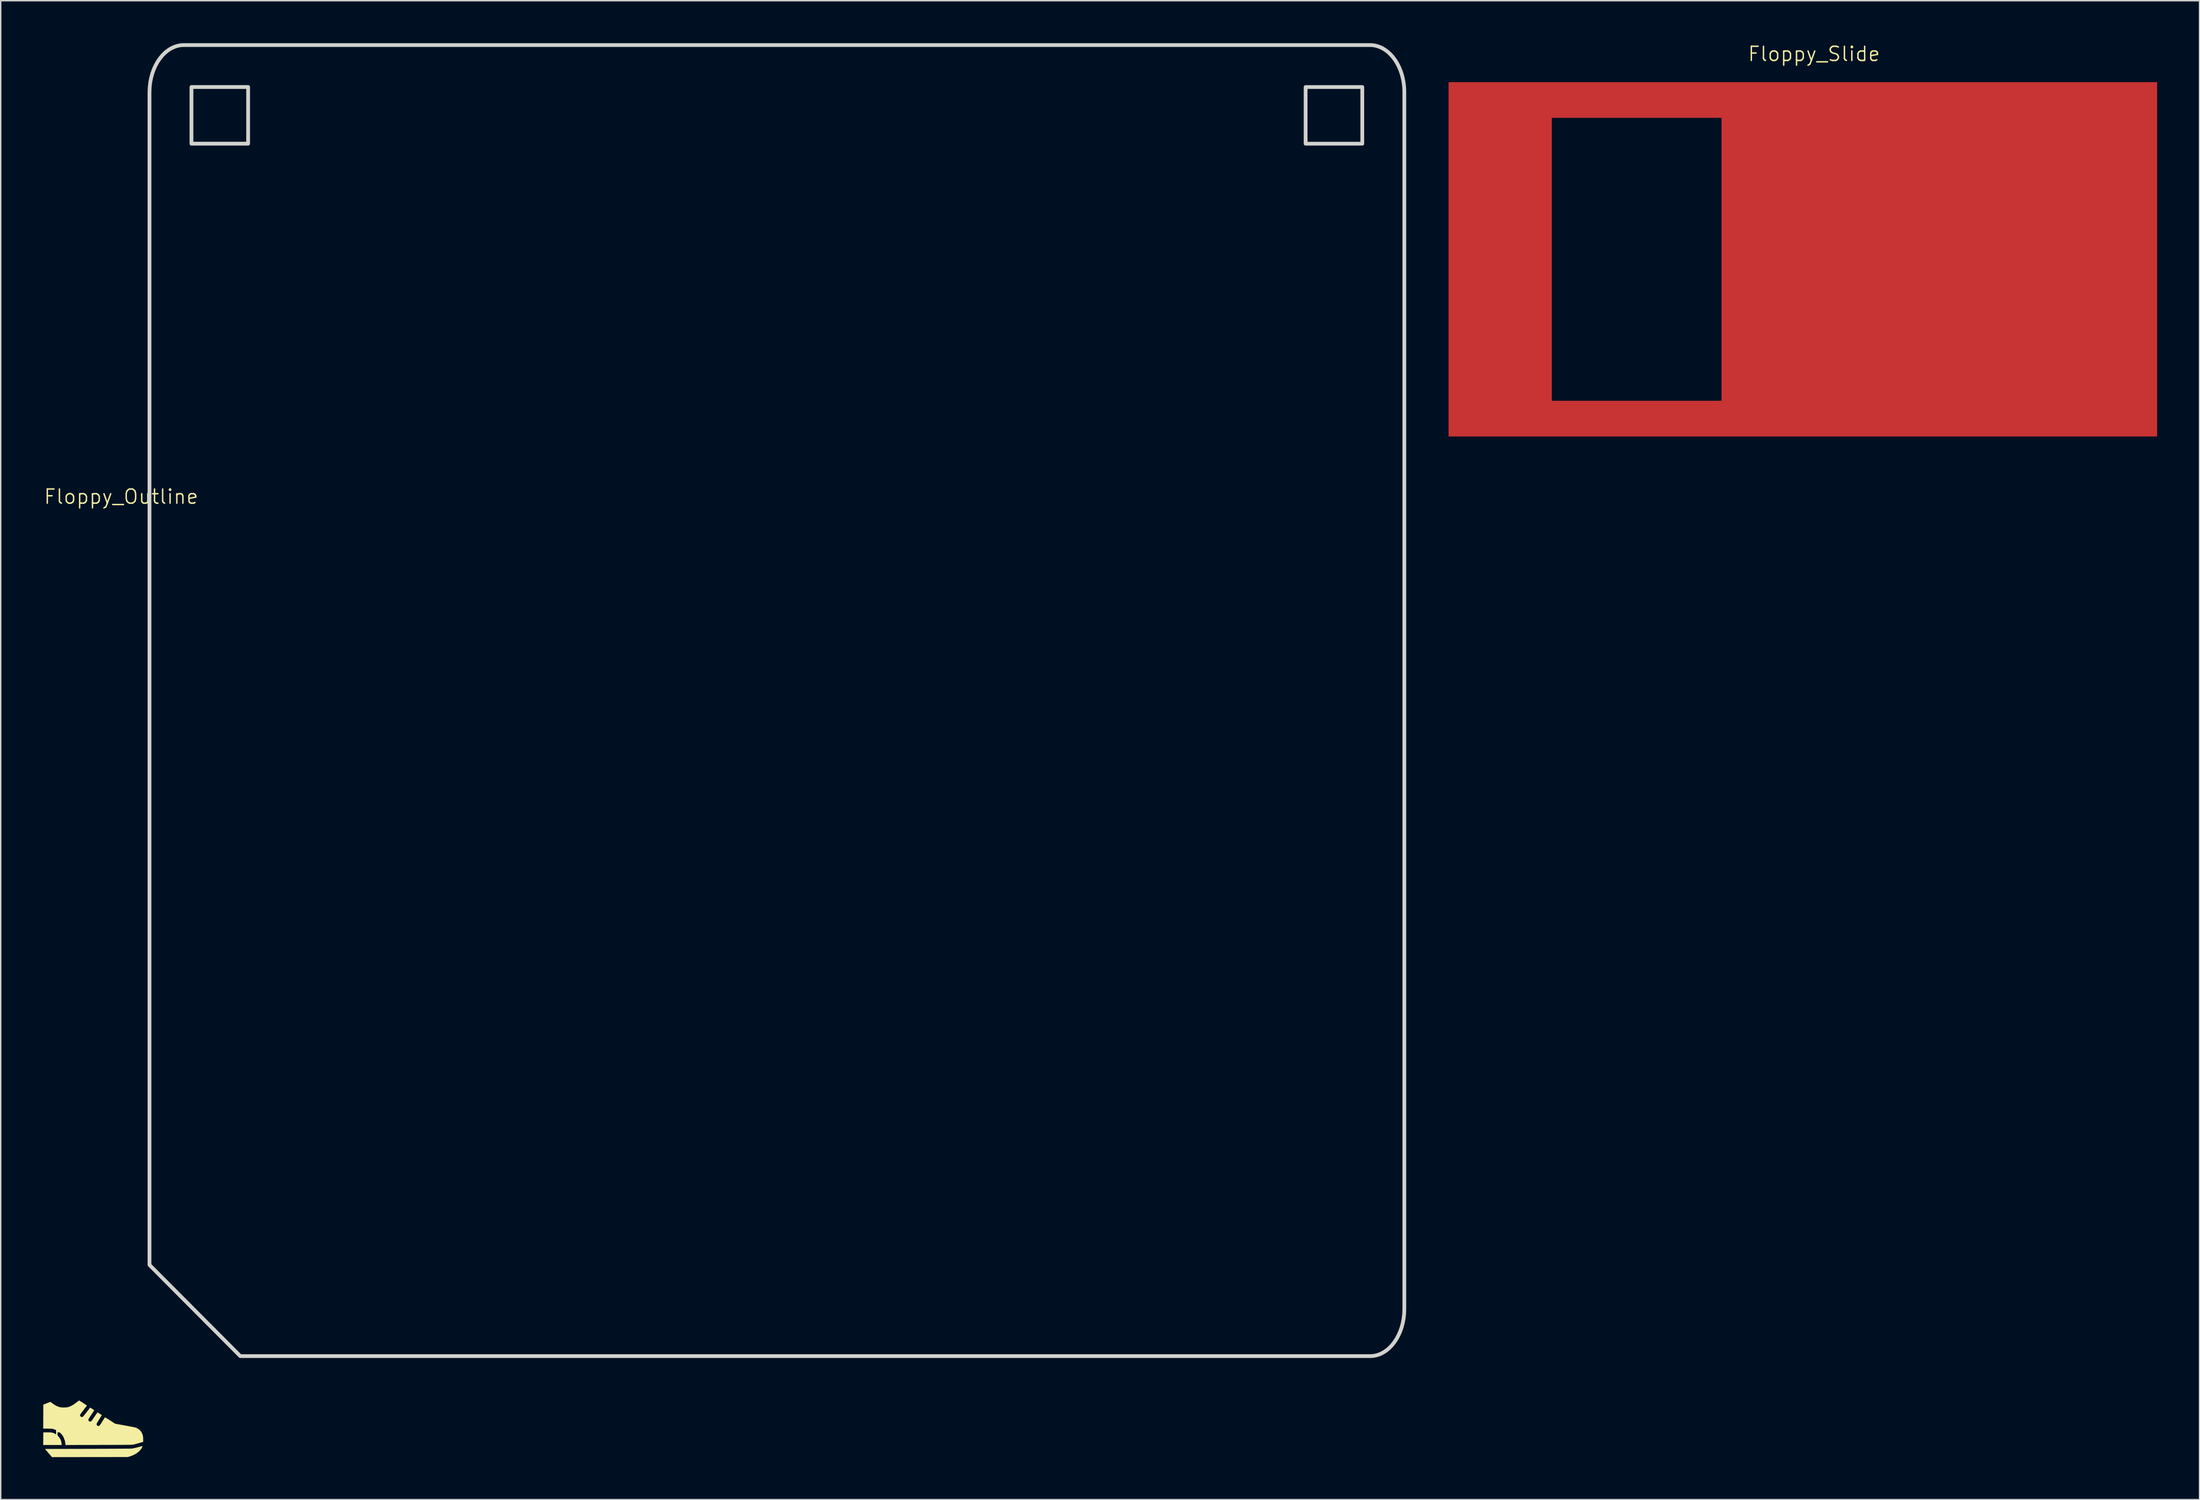
<source format=kicad_pcb>
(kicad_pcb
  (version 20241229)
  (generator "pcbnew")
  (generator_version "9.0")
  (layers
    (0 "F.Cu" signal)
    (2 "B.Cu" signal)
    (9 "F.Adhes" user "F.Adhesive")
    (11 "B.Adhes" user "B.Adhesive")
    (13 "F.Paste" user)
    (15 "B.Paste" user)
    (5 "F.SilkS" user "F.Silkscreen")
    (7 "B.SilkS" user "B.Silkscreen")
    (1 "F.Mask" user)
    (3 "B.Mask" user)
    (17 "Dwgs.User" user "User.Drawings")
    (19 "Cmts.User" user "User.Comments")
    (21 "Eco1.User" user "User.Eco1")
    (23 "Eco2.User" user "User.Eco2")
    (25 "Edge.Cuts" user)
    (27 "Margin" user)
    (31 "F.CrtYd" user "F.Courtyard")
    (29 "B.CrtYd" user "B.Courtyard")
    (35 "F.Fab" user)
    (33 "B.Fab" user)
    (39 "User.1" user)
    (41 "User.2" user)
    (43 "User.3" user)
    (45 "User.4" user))
  (footprint "Floppy_Outline"
    (layer "F.Cu")
    (at 7.502 34.522)
    (property "Reference" "Floppy_Outline" (at -2 -2.5 0) (unlocked yes) (layer "F.SilkS") (effects (font (size 1 1) (thickness 0.1))))
    (attr smd)
    (fp_poly (pts (xy 6.963 -27.427) (xy 2.963 -27.427) (xy 2.963 -31.427) (xy 6.963 -31.427)) (stroke (width 0.265) (type solid) (color 0 0 85 1)) (fill no) (layer "Edge.Cuts"))
    (fp_poly (pts (xy 85.61 -27.426) (xy 81.61 -27.426) (xy 81.61 -31.426) (xy 85.61 -31.426)) (stroke (width 0.265) (type solid) (color 0 0 85 1)) (fill no) (layer "Edge.Cuts"))
    (fp_poly (pts (xy 2.426 -34.39) (xy 86.152 -34.39) (xy 86.277 -34.386) (xy 86.4 -34.373) (xy 86.522 -34.352) (xy 86.641 -34.322) (xy 86.759 -34.285) (xy 86.874 -34.24) (xy 86.987 -34.188) (xy 87.097 -34.128) (xy 87.204 -34.061) (xy 87.309 -33.988) (xy 87.41 -33.908) (xy 87.509 -33.821) (xy 87.604 -33.728) (xy 87.696 -33.629) (xy 87.784 -33.524) (xy 87.868 -33.414) (xy 87.948 -33.298) (xy 88.024 -33.177) (xy 88.096 -33.051) (xy 88.164 -32.921) (xy 88.227 -32.786) (xy 88.286 -32.646) (xy 88.339 -32.502) (xy 88.388 -32.355) (xy 88.431 -32.203) (xy 88.469 -32.049) (xy 88.502 -31.89) (xy 88.529 -31.729) (xy 88.55 -31.565) (xy 88.566 -31.398) (xy 88.575 -31.229) (xy 88.578 -31.058) (xy 88.578 54.856) (xy 88.566 55.197) (xy 88.529 55.528) (xy 88.469 55.847) (xy 88.388 56.153) (xy 88.286 56.444) (xy 88.164 56.719) (xy 88.024 56.976) (xy 87.868 57.212) (xy 87.696 57.427) (xy 87.604 57.526) (xy 87.509 57.619) (xy 87.41 57.706) (xy 87.309 57.786) (xy 87.204 57.86) (xy 87.097 57.926) (xy 86.987 57.986) (xy 86.874 58.039) (xy 86.759 58.083) (xy 86.641 58.121) (xy 86.522 58.15) (xy 86.4 58.171) (xy 86.277 58.184) (xy 86.152 58.188) (xy 6.411 58.188) (xy 0 51.75) (xy 0 -31.058) (xy 0.013 -31.398) (xy 0.049 -31.729) (xy 0.109 -32.049) (xy 0.191 -32.355) (xy 0.293 -32.646) (xy 0.414 -32.921) (xy 0.554 -33.177) (xy 0.711 -33.414) (xy 0.883 -33.629) (xy 0.974 -33.728) (xy 1.07 -33.821) (xy 1.168 -33.908) (xy 1.27 -33.988) (xy 1.374 -34.061) (xy 1.482 -34.128) (xy 1.592 -34.188) (xy 1.705 -34.24) (xy 1.82 -34.285) (xy 1.937 -34.322) (xy 2.057 -34.352) (xy 2.178 -34.373) (xy 2.301 -34.386) (xy 2.426 -34.39)) (stroke (width 0.265) (type solid) (color 0 0 85 1)) (fill no) (layer "Edge.Cuts")))
  (footprint "Floppy_Slide"
    (layer "F.Cu")
    (at 125.003 2.76)
    (property "Reference" "Floppy_Slide" (at 0 -2 0) (unlocked yes) (layer "F.SilkS") (effects (font (size 1 1) (thickness 0.1))))
    (attr smd)
    (fp_poly (pts (xy 24.21 25) (xy -25.79 25) (xy -25.79 22.5) (xy -18.523 22.5) (xy -6.523 22.5) (xy -6.523 2.5) (xy -18.523 2.5) (xy -18.523 22.5) (xy -25.79 22.5) (xy -25.79 0) (xy 24.21 0)) (stroke (width -0.000001) (type solid)) (fill yes) (layer "F.Cu"))
    (fp_poly (pts (xy 24.21 25) (xy -25.79 25) (xy -25.79 22.5) (xy -18.523 22.5) (xy -6.523 22.5) (xy -6.523 2.5) (xy -18.523 2.5) (xy -18.523 22.5) (xy -25.79 22.5) (xy -25.79 0) (xy 24.21 0)) (stroke (width -0.000001) (type solid)) (fill yes) (layer "F.Cu"))
    (fp_poly (pts (xy 24.21 25) (xy -25.79 25) (xy -25.79 22.5) (xy -18.523 22.5) (xy -6.523 22.5) (xy -6.523 2.5) (xy -18.523 2.5) (xy -18.523 22.5) (xy -25.79 22.5) (xy -25.79 0) (xy 24.21 0)) (stroke (width -0.000001) (type solid)) (fill yes) (layer "F.Mask")))
  (footprint "Hightop"
    (layer "F.Cu")
    (at 3.579 98.607)
    (property "Reference" "Hightop" (at 0 -0.5 0) (unlocked yes) (layer "F.SilkS") (effects (font (size 1 1) (thickness 0.1))))
    (attr smd)
    (fp_poly (pts (xy -3.286 -0.514) (xy -3.18 -0.513) (xy -3.098 -0.511) (xy -3.034 -0.508) (xy -2.985 -0.502) (xy -2.944 -0.495) (xy -2.914 -0.487) (xy -2.77 -0.43) (xy -2.639 -0.351) (xy -2.525 -0.253) (xy -2.43 -0.138) (xy -2.357 -0.009) (xy -2.307 0.13) (xy -2.282 0.275) (xy -2.274 0.379) (xy -2.927 0.379) (xy -3.579 0.379) (xy -3.575 -0.068) (xy -3.571 -0.514)) (stroke (width 0) (type solid)) (fill yes) (layer "F.SilkS"))
    (fp_poly (pts (xy 3.428 0.462) (xy 3.419 0.493) (xy 3.409 0.519) (xy 3.35 0.638) (xy 3.264 0.751) (xy 3.155 0.858) (xy 3.024 0.957) (xy 2.875 1.046) (xy 2.708 1.124) (xy 2.527 1.188) (xy 2.493 1.198) (xy 2.386 1.229) (xy -0.288 1.232) (xy -2.961 1.236) (xy -3.206 0.947) (xy -3.452 0.657) (xy -0.405 0.649) (xy -0.111 0.648) (xy 0.175 0.647) (xy 0.453 0.646) (xy 0.721 0.645) (xy 0.978 0.644) (xy 1.222 0.643) (xy 1.452 0.641) (xy 1.667 0.64) (xy 1.865 0.639) (xy 2.046 0.638) (xy 2.207 0.637) (xy 2.347 0.635) (xy 2.466 0.634) (xy 2.561 0.633) (xy 2.631 0.632) (xy 2.676 0.631) (xy 2.693 0.63) (xy 2.731 0.622) (xy 2.787 0.611) (xy 2.848 0.6) (xy 2.857 0.598) (xy 2.912 0.586) (xy 2.986 0.568) (xy 3.071 0.547) (xy 3.159 0.523) (xy 3.197 0.513) (xy 3.272 0.492) (xy 3.338 0.474) (xy 3.389 0.46) (xy 3.421 0.452) (xy 3.429 0.45)) (stroke (width 0) (type solid)) (fill yes) (layer "F.SilkS"))
    (fp_poly (pts (xy -1.028 -2.757) (xy -0.994 -2.736) (xy -0.945 -2.706) (xy -0.884 -2.667) (xy -0.817 -2.624) (xy -0.747 -2.579) (xy -0.678 -2.533) (xy -0.614 -2.491) (xy -0.56 -2.455) (xy -0.519 -2.427) (xy -0.497 -2.411) (xy -0.493 -2.407) (xy -0.501 -2.394) (xy -0.525 -2.362) (xy -0.562 -2.313) (xy -0.61 -2.251) (xy -0.666 -2.177) (xy -0.729 -2.096) (xy -0.736 -2.087) (xy -0.814 -1.985) (xy -0.875 -1.904) (xy -0.921 -1.839) (xy -0.953 -1.788) (xy -0.973 -1.748) (xy -0.98 -1.717) (xy -0.978 -1.691) (xy -0.966 -1.668) (xy -0.947 -1.645) (xy -0.937 -1.635) (xy -0.887 -1.601) (xy -0.834 -1.594) (xy -0.782 -1.615) (xy -0.782 -1.615) (xy -0.765 -1.632) (xy -0.734 -1.668) (xy -0.69 -1.721) (xy -0.636 -1.787) (xy -0.576 -1.863) (xy -0.511 -1.945) (xy -0.506 -1.951) (xy -0.262 -2.266) (xy -0.223 -2.24) (xy -0.192 -2.22) (xy -0.146 -2.191) (xy -0.093 -2.157) (xy -0.082 -2.15) (xy -0.035 -2.119) (xy 0.000437 -2.094) (xy 0.019 -2.077) (xy 0.021 -2.074) (xy 0.013 -2.06) (xy -0.008 -2.025) (xy -0.042 -1.973) (xy -0.085 -1.907) (xy -0.135 -1.83) (xy -0.186 -1.755) (xy -0.255 -1.653) (xy -0.308 -1.57) (xy -0.348 -1.505) (xy -0.374 -1.455) (xy -0.389 -1.416) (xy -0.393 -1.385) (xy -0.388 -1.36) (xy -0.375 -1.337) (xy -0.358 -1.316) (xy -0.314 -1.288) (xy -0.258 -1.277) (xy -0.204 -1.287) (xy -0.195 -1.292) (xy -0.181 -1.307) (xy -0.153 -1.342) (xy -0.114 -1.395) (xy -0.067 -1.462) (xy -0.014 -1.539) (xy 0.036 -1.612) (xy 0.092 -1.695) (xy 0.144 -1.77) (xy 0.188 -1.833) (xy 0.224 -1.881) (xy 0.247 -1.911) (xy 0.257 -1.921) (xy 0.274 -1.913) (xy 0.309 -1.893) (xy 0.358 -1.863) (xy 0.415 -1.826) (xy 0.416 -1.825) (xy 0.56 -1.729) (xy 0.389 -1.457) (xy 0.326 -1.356) (xy 0.277 -1.276) (xy 0.24 -1.214) (xy 0.214 -1.167) (xy 0.197 -1.132) (xy 0.189 -1.105) (xy 0.187 -1.084) (xy 0.191 -1.064) (xy 0.198 -1.045) (xy 0.199 -1.044) (xy 0.229 -0.996) (xy 0.273 -0.971) (xy 0.325 -0.964) (xy 0.346 -0.965) (xy 0.365 -0.971) (xy 0.384 -0.982) (xy 0.406 -1.004) (xy 0.433 -1.037) (xy 0.466 -1.086) (xy 0.509 -1.152) (xy 0.564 -1.238) (xy 0.593 -1.286) (xy 0.642 -1.363) (xy 0.687 -1.433) (xy 0.725 -1.492) (xy 0.753 -1.536) (xy 0.77 -1.56) (xy 0.773 -1.563) (xy 0.781 -1.567) (xy 0.796 -1.564) (xy 0.821 -1.554) (xy 0.857 -1.535) (xy 0.907 -1.505) (xy 0.974 -1.463) (xy 1.061 -1.408) (xy 1.146 -1.353) (xy 1.5 -1.124) (xy 2.179 -1.001) (xy 2.318 -0.976) (xy 2.451 -0.951) (xy 2.575 -0.927) (xy 2.687 -0.906) (xy 2.784 -0.886) (xy 2.861 -0.87) (xy 2.918 -0.858) (xy 2.948 -0.85) (xy 3.077 -0.794) (xy 3.192 -0.715) (xy 3.292 -0.615) (xy 3.372 -0.498) (xy 3.431 -0.367) (xy 3.457 -0.271) (xy 3.466 -0.214) (xy 3.473 -0.139) (xy 3.477 -0.059) (xy 3.478 -0.006) (xy 3.479 0.159) (xy 3.189 0.24) (xy 3.095 0.267) (xy 3.004 0.292) (xy 2.921 0.314) (xy 2.852 0.333) (xy 2.804 0.345) (xy 2.8 0.346) (xy 2.785 0.349) (xy 2.767 0.352) (xy 2.745 0.354) (xy 2.717 0.357) (xy 2.681 0.359) (xy 2.637 0.361) (xy 2.584 0.363) (xy 2.519 0.364) (xy 2.442 0.365) (xy 2.351 0.367) (xy 2.244 0.368) (xy 2.122 0.369) (xy 1.981 0.37) (xy 1.822 0.371) (xy 1.642 0.371) (xy 1.44 0.372) (xy 1.215 0.373) (xy 0.966 0.373) (xy 0.691 0.374) (xy 0.389 0.374) (xy 0.348 0.375) (xy -2.005 0.379) (xy -2.014 0.297) (xy -2.035 0.145) (xy -2.067 0.012) (xy -2.112 -0.108) (xy -2.171 -0.223) (xy -2.178 -0.236) (xy -2.279 -0.378) (xy -2.402 -0.501) (xy -2.545 -0.606) (xy -2.708 -0.691) (xy -2.829 -0.737) (xy -2.864 -0.747) (xy -2.899 -0.756) (xy -2.939 -0.762) (xy -2.988 -0.767) (xy -3.05 -0.77) (xy -3.13 -0.773) (xy -3.234 -0.775) (xy -3.254 -0.775) (xy -3.579 -0.781) (xy -3.575 -1.624) (xy -3.571 -2.468) (xy -3.336 -2.566) (xy -3.259 -2.597) (xy -3.19 -2.625) (xy -3.134 -2.646) (xy -3.096 -2.66) (xy -3.081 -2.664) (xy -3.063 -2.656) (xy -3.027 -2.634) (xy -2.979 -2.6) (xy -2.922 -2.559) (xy -2.911 -2.551) (xy -2.782 -2.46) (xy -2.661 -2.391) (xy -2.541 -2.337) (xy -2.441 -2.304) (xy -2.345 -2.284) (xy -2.232 -2.272) (xy -2.11 -2.269) (xy -1.989 -2.274) (xy -1.878 -2.287) (xy -1.803 -2.304) (xy -1.707 -2.336) (xy -1.612 -2.378) (xy -1.514 -2.431) (xy -1.407 -2.5) (xy -1.287 -2.586) (xy -1.261 -2.606) (xy -1.194 -2.656) (xy -1.135 -2.7) (xy -1.087 -2.734) (xy -1.055 -2.757) (xy -1.042 -2.764)) (stroke (width 0) (type solid)) (fill yes) (layer "F.SilkS")))
  (gr_rect
    (start -3 -3)
    (end 152.213 102.843)
    (stroke (width 0.1) (type default))
    (fill no)
    (layer "Edge.Cuts")))
</source>
